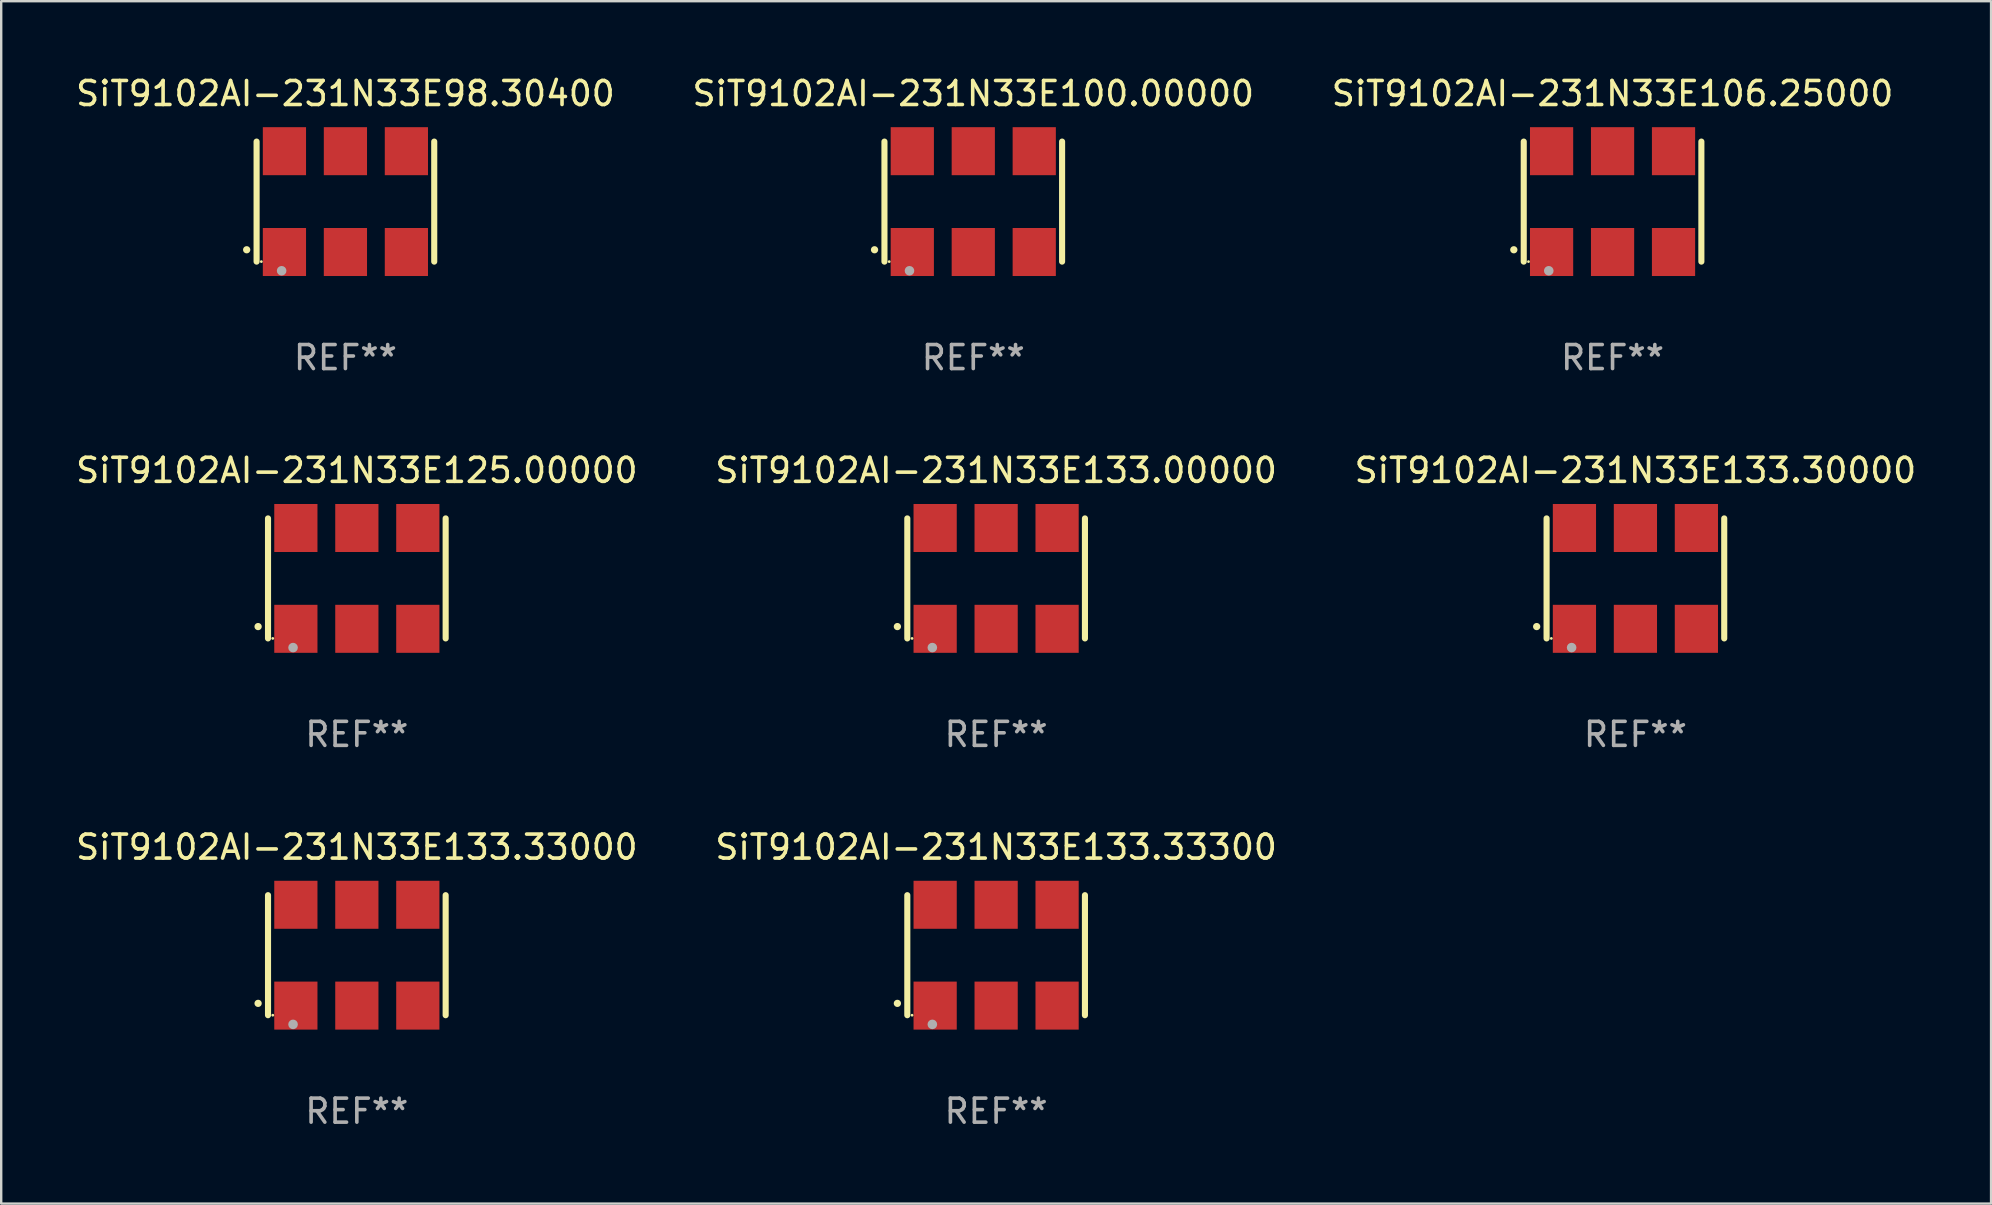
<source format=kicad_pcb>
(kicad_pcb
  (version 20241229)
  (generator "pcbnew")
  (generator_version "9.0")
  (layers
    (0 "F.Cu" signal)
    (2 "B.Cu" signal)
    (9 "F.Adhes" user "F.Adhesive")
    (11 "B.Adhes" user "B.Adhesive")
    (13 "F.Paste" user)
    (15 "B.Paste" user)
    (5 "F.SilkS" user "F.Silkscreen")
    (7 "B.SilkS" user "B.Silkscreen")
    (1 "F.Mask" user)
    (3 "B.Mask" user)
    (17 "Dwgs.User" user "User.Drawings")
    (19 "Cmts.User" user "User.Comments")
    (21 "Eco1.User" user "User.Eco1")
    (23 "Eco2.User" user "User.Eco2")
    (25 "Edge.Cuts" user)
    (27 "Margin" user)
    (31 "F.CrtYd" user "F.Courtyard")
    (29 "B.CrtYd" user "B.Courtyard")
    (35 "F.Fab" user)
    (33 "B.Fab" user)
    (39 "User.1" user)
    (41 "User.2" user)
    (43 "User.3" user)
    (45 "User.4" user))
  (footprint "SiT9102AI-231N33E133.33300"
    (layer "F.Cu")
    (at 38.446 36.741)
    (property "Reference" "SiT9102AI-231N33E133.33300" (at 0 -4.5 0) (layer "F.SilkS") (effects (font (size 1 1) (thickness 0.15))))
    (attr through_hole)
    (fp_line (start -3.7 -2.5) (end -3.7 2.5) (stroke (width 0.254) (type solid)) (layer "F.SilkS"))
    (fp_line (start 3.7 -2.5) (end 3.7 2.5) (stroke (width 0.254) (type solid)) (layer "F.SilkS"))
    (fp_arc (start -4.114415 2.006604) (mid -4.113145 2.006599) (end -4.111875 2.006604) (stroke (width 0.3) (type solid)) (layer "F.SilkS"))
    (fp_circle (center -3.502 2.5) (end -3.472 2.5) (stroke (width 0.06) (type solid)) (fill no) (layer "F.SilkS"))
    (fp_circle (center -2.657 2.882) (end -2.557 2.882) (stroke (width 0.2) (type solid)) (fill no) (layer "F.Fab"))
    (fp_text user "REF**" (at 0 6.5 0) (layer "F.Fab") (effects (font (size 1 1) (thickness 0.15))))
    (pad "1" smd rect (at -2.54 2.1) (size 1.8 2) (layers "F.Cu" "F.Mask" "F.Paste"))
    (pad "2" smd rect (at 0.000394 2.1) (size 1.8 2) (layers "F.Cu" "F.Mask" "F.Paste"))
    (pad "3" smd rect (at 2.54 2.1) (size 1.8 2) (layers "F.Cu" "F.Mask" "F.Paste"))
    (pad "4" smd rect (at 2.54 -2.1) (size 1.8 2) (layers "F.Cu" "F.Mask" "F.Paste"))
    (pad "5" smd rect (at 0.000394 -2.1) (size 1.8 2) (layers "F.Cu" "F.Mask" "F.Paste"))
    (pad "6" smd rect (at -2.54 -2.1) (size 1.8 2) (layers "F.Cu" "F.Mask" "F.Paste")))
  (footprint "SiT9102AI-231N33E98.30400"
    (layer "F.Cu")
    (at 11.339 5.348)
    (property "Reference" "SiT9102AI-231N33E98.30400" (at 0 -4.5 0) (layer "F.SilkS") (effects (font (size 1 1) (thickness 0.15))))
    (attr through_hole)
    (fp_line (start -3.7 -2.5) (end -3.7 2.5) (stroke (width 0.254) (type solid)) (layer "F.SilkS"))
    (fp_line (start 3.7 -2.5) (end 3.7 2.5) (stroke (width 0.254) (type solid)) (layer "F.SilkS"))
    (fp_arc (start -4.114415 2.006604) (mid -4.113145 2.006599) (end -4.111875 2.006604) (stroke (width 0.3) (type solid)) (layer "F.SilkS"))
    (fp_circle (center -3.502 2.5) (end -3.472 2.5) (stroke (width 0.06) (type solid)) (fill no) (layer "F.SilkS"))
    (fp_circle (center -2.657 2.882) (end -2.557 2.882) (stroke (width 0.2) (type solid)) (fill no) (layer "F.Fab"))
    (fp_text user "REF**" (at 0 6.5 0) (layer "F.Fab") (effects (font (size 1 1) (thickness 0.15))))
    (pad "1" smd rect (at -2.54 2.1) (size 1.8 2) (layers "F.Cu" "F.Mask" "F.Paste"))
    (pad "2" smd rect (at 0.000394 2.1) (size 1.8 2) (layers "F.Cu" "F.Mask" "F.Paste"))
    (pad "3" smd rect (at 2.54 2.1) (size 1.8 2) (layers "F.Cu" "F.Mask" "F.Paste"))
    (pad "4" smd rect (at 2.54 -2.1) (size 1.8 2) (layers "F.Cu" "F.Mask" "F.Paste"))
    (pad "5" smd rect (at 0.000394 -2.1) (size 1.8 2) (layers "F.Cu" "F.Mask" "F.Paste"))
    (pad "6" smd rect (at -2.54 -2.1) (size 1.8 2) (layers "F.Cu" "F.Mask" "F.Paste")))
  (footprint "SiT9102AI-231N33E100.00000"
    (layer "F.Cu")
    (at 37.494 5.348)
    (property "Reference" "SiT9102AI-231N33E100.00000" (at 0 -4.5 0) (layer "F.SilkS") (effects (font (size 1 1) (thickness 0.15))))
    (attr through_hole)
    (fp_line (start -3.7 -2.5) (end -3.7 2.5) (stroke (width 0.254) (type solid)) (layer "F.SilkS"))
    (fp_line (start 3.7 -2.5) (end 3.7 2.5) (stroke (width 0.254) (type solid)) (layer "F.SilkS"))
    (fp_arc (start -4.114415 2.006604) (mid -4.113145 2.006599) (end -4.111875 2.006604) (stroke (width 0.3) (type solid)) (layer "F.SilkS"))
    (fp_circle (center -3.502 2.5) (end -3.472 2.5) (stroke (width 0.06) (type solid)) (fill no) (layer "F.SilkS"))
    (fp_circle (center -2.657 2.882) (end -2.557 2.882) (stroke (width 0.2) (type solid)) (fill no) (layer "F.Fab"))
    (fp_text user "REF**" (at 0 6.5 0) (layer "F.Fab") (effects (font (size 1 1) (thickness 0.15))))
    (pad "1" smd rect (at -2.54 2.1) (size 1.8 2) (layers "F.Cu" "F.Mask" "F.Paste"))
    (pad "2" smd rect (at 0.000394 2.1) (size 1.8 2) (layers "F.Cu" "F.Mask" "F.Paste"))
    (pad "3" smd rect (at 2.54 2.1) (size 1.8 2) (layers "F.Cu" "F.Mask" "F.Paste"))
    (pad "4" smd rect (at 2.54 -2.1) (size 1.8 2) (layers "F.Cu" "F.Mask" "F.Paste"))
    (pad "5" smd rect (at 0.000394 -2.1) (size 1.8 2) (layers "F.Cu" "F.Mask" "F.Paste"))
    (pad "6" smd rect (at -2.54 -2.1) (size 1.8 2) (layers "F.Cu" "F.Mask" "F.Paste")))
  (footprint "SiT9102AI-231N33E133.30000"
    (layer "F.Cu")
    (at 65.077 21.045)
    (property "Reference" "SiT9102AI-231N33E133.30000" (at 0 -4.5 0) (layer "F.SilkS") (effects (font (size 1 1) (thickness 0.15))))
    (attr through_hole)
    (fp_line (start -3.7 -2.5) (end -3.7 2.5) (stroke (width 0.254) (type solid)) (layer "F.SilkS"))
    (fp_line (start 3.7 -2.5) (end 3.7 2.5) (stroke (width 0.254) (type solid)) (layer "F.SilkS"))
    (fp_arc (start -4.114415 2.006604) (mid -4.113145 2.006599) (end -4.111875 2.006604) (stroke (width 0.3) (type solid)) (layer "F.SilkS"))
    (fp_circle (center -3.502 2.5) (end -3.472 2.5) (stroke (width 0.06) (type solid)) (fill no) (layer "F.SilkS"))
    (fp_circle (center -2.657 2.882) (end -2.557 2.882) (stroke (width 0.2) (type solid)) (fill no) (layer "F.Fab"))
    (fp_text user "REF**" (at 0 6.5 0) (layer "F.Fab") (effects (font (size 1 1) (thickness 0.15))))
    (pad "1" smd rect (at -2.54 2.1) (size 1.8 2) (layers "F.Cu" "F.Mask" "F.Paste"))
    (pad "2" smd rect (at 0.000394 2.1) (size 1.8 2) (layers "F.Cu" "F.Mask" "F.Paste"))
    (pad "3" smd rect (at 2.54 2.1) (size 1.8 2) (layers "F.Cu" "F.Mask" "F.Paste"))
    (pad "4" smd rect (at 2.54 -2.1) (size 1.8 2) (layers "F.Cu" "F.Mask" "F.Paste"))
    (pad "5" smd rect (at 0.000394 -2.1) (size 1.8 2) (layers "F.Cu" "F.Mask" "F.Paste"))
    (pad "6" smd rect (at -2.54 -2.1) (size 1.8 2) (layers "F.Cu" "F.Mask" "F.Paste")))
  (footprint "SiT9102AI-231N33E125.00000"
    (layer "F.Cu")
    (at 11.815 21.045)
    (property "Reference" "SiT9102AI-231N33E125.00000" (at 0 -4.5 0) (layer "F.SilkS") (effects (font (size 1 1) (thickness 0.15))))
    (attr through_hole)
    (fp_line (start -3.7 -2.5) (end -3.7 2.5) (stroke (width 0.254) (type solid)) (layer "F.SilkS"))
    (fp_line (start 3.7 -2.5) (end 3.7 2.5) (stroke (width 0.254) (type solid)) (layer "F.SilkS"))
    (fp_arc (start -4.114415 2.006604) (mid -4.113145 2.006599) (end -4.111875 2.006604) (stroke (width 0.3) (type solid)) (layer "F.SilkS"))
    (fp_circle (center -3.502 2.5) (end -3.472 2.5) (stroke (width 0.06) (type solid)) (fill no) (layer "F.SilkS"))
    (fp_circle (center -2.657 2.882) (end -2.557 2.882) (stroke (width 0.2) (type solid)) (fill no) (layer "F.Fab"))
    (fp_text user "REF**" (at 0 6.5 0) (layer "F.Fab") (effects (font (size 1 1) (thickness 0.15))))
    (pad "1" smd rect (at -2.54 2.1) (size 1.8 2) (layers "F.Cu" "F.Mask" "F.Paste"))
    (pad "2" smd rect (at 0.000394 2.1) (size 1.8 2) (layers "F.Cu" "F.Mask" "F.Paste"))
    (pad "3" smd rect (at 2.54 2.1) (size 1.8 2) (layers "F.Cu" "F.Mask" "F.Paste"))
    (pad "4" smd rect (at 2.54 -2.1) (size 1.8 2) (layers "F.Cu" "F.Mask" "F.Paste"))
    (pad "5" smd rect (at 0.000394 -2.1) (size 1.8 2) (layers "F.Cu" "F.Mask" "F.Paste"))
    (pad "6" smd rect (at -2.54 -2.1) (size 1.8 2) (layers "F.Cu" "F.Mask" "F.Paste")))
  (footprint "SiT9102AI-231N33E133.33000"
    (layer "F.Cu")
    (at 11.815 36.741)
    (property "Reference" "SiT9102AI-231N33E133.33000" (at 0 -4.5 0) (layer "F.SilkS") (effects (font (size 1 1) (thickness 0.15))))
    (attr through_hole)
    (fp_line (start -3.7 -2.5) (end -3.7 2.5) (stroke (width 0.254) (type solid)) (layer "F.SilkS"))
    (fp_line (start 3.7 -2.5) (end 3.7 2.5) (stroke (width 0.254) (type solid)) (layer "F.SilkS"))
    (fp_arc (start -4.114415 2.006604) (mid -4.113145 2.006599) (end -4.111875 2.006604) (stroke (width 0.3) (type solid)) (layer "F.SilkS"))
    (fp_circle (center -3.502 2.5) (end -3.472 2.5) (stroke (width 0.06) (type solid)) (fill no) (layer "F.SilkS"))
    (fp_circle (center -2.657 2.882) (end -2.557 2.882) (stroke (width 0.2) (type solid)) (fill no) (layer "F.Fab"))
    (fp_text user "REF**" (at 0 6.5 0) (layer "F.Fab") (effects (font (size 1 1) (thickness 0.15))))
    (pad "1" smd rect (at -2.54 2.1) (size 1.8 2) (layers "F.Cu" "F.Mask" "F.Paste"))
    (pad "2" smd rect (at 0.000394 2.1) (size 1.8 2) (layers "F.Cu" "F.Mask" "F.Paste"))
    (pad "3" smd rect (at 2.54 2.1) (size 1.8 2) (layers "F.Cu" "F.Mask" "F.Paste"))
    (pad "4" smd rect (at 2.54 -2.1) (size 1.8 2) (layers "F.Cu" "F.Mask" "F.Paste"))
    (pad "5" smd rect (at 0.000394 -2.1) (size 1.8 2) (layers "F.Cu" "F.Mask" "F.Paste"))
    (pad "6" smd rect (at -2.54 -2.1) (size 1.8 2) (layers "F.Cu" "F.Mask" "F.Paste")))
  (footprint "SiT9102AI-231N33E133.00000"
    (layer "F.Cu")
    (at 38.446 21.045)
    (property "Reference" "SiT9102AI-231N33E133.00000" (at 0 -4.5 0) (layer "F.SilkS") (effects (font (size 1 1) (thickness 0.15))))
    (attr through_hole)
    (fp_line (start -3.7 -2.5) (end -3.7 2.5) (stroke (width 0.254) (type solid)) (layer "F.SilkS"))
    (fp_line (start 3.7 -2.5) (end 3.7 2.5) (stroke (width 0.254) (type solid)) (layer "F.SilkS"))
    (fp_arc (start -4.114415 2.006604) (mid -4.113145 2.006599) (end -4.111875 2.006604) (stroke (width 0.3) (type solid)) (layer "F.SilkS"))
    (fp_circle (center -3.502 2.5) (end -3.472 2.5) (stroke (width 0.06) (type solid)) (fill no) (layer "F.SilkS"))
    (fp_circle (center -2.657 2.882) (end -2.557 2.882) (stroke (width 0.2) (type solid)) (fill no) (layer "F.Fab"))
    (fp_text user "REF**" (at 0 6.5 0) (layer "F.Fab") (effects (font (size 1 1) (thickness 0.15))))
    (pad "1" smd rect (at -2.54 2.1) (size 1.8 2) (layers "F.Cu" "F.Mask" "F.Paste"))
    (pad "2" smd rect (at 0.000394 2.1) (size 1.8 2) (layers "F.Cu" "F.Mask" "F.Paste"))
    (pad "3" smd rect (at 2.54 2.1) (size 1.8 2) (layers "F.Cu" "F.Mask" "F.Paste"))
    (pad "4" smd rect (at 2.54 -2.1) (size 1.8 2) (layers "F.Cu" "F.Mask" "F.Paste"))
    (pad "5" smd rect (at 0.000394 -2.1) (size 1.8 2) (layers "F.Cu" "F.Mask" "F.Paste"))
    (pad "6" smd rect (at -2.54 -2.1) (size 1.8 2) (layers "F.Cu" "F.Mask" "F.Paste")))
  (footprint "SiT9102AI-231N33E106.25000"
    (layer "F.Cu")
    (at 64.125 5.348)
    (property "Reference" "SiT9102AI-231N33E106.25000" (at 0 -4.5 0) (layer "F.SilkS") (effects (font (size 1 1) (thickness 0.15))))
    (attr through_hole)
    (fp_line (start -3.7 -2.5) (end -3.7 2.5) (stroke (width 0.254) (type solid)) (layer "F.SilkS"))
    (fp_line (start 3.7 -2.5) (end 3.7 2.5) (stroke (width 0.254) (type solid)) (layer "F.SilkS"))
    (fp_arc (start -4.114415 2.006604) (mid -4.113145 2.006599) (end -4.111875 2.006604) (stroke (width 0.3) (type solid)) (layer "F.SilkS"))
    (fp_circle (center -3.502 2.5) (end -3.472 2.5) (stroke (width 0.06) (type solid)) (fill no) (layer "F.SilkS"))
    (fp_circle (center -2.657 2.882) (end -2.557 2.882) (stroke (width 0.2) (type solid)) (fill no) (layer "F.Fab"))
    (fp_text user "REF**" (at 0 6.5 0) (layer "F.Fab") (effects (font (size 1 1) (thickness 0.15))))
    (pad "1" smd rect (at -2.54 2.1) (size 1.8 2) (layers "F.Cu" "F.Mask" "F.Paste"))
    (pad "2" smd rect (at 0.000394 2.1) (size 1.8 2) (layers "F.Cu" "F.Mask" "F.Paste"))
    (pad "3" smd rect (at 2.54 2.1) (size 1.8 2) (layers "F.Cu" "F.Mask" "F.Paste"))
    (pad "4" smd rect (at 2.54 -2.1) (size 1.8 2) (layers "F.Cu" "F.Mask" "F.Paste"))
    (pad "5" smd rect (at 0.000394 -2.1) (size 1.8 2) (layers "F.Cu" "F.Mask" "F.Paste"))
    (pad "6" smd rect (at -2.54 -2.1) (size 1.8 2) (layers "F.Cu" "F.Mask" "F.Paste")))
  (gr_rect
    (start -3 -3)
    (end 79.893 47.09)
    (stroke (width 0.1) (type default))
    (fill no)
    (layer "Edge.Cuts")))
</source>
